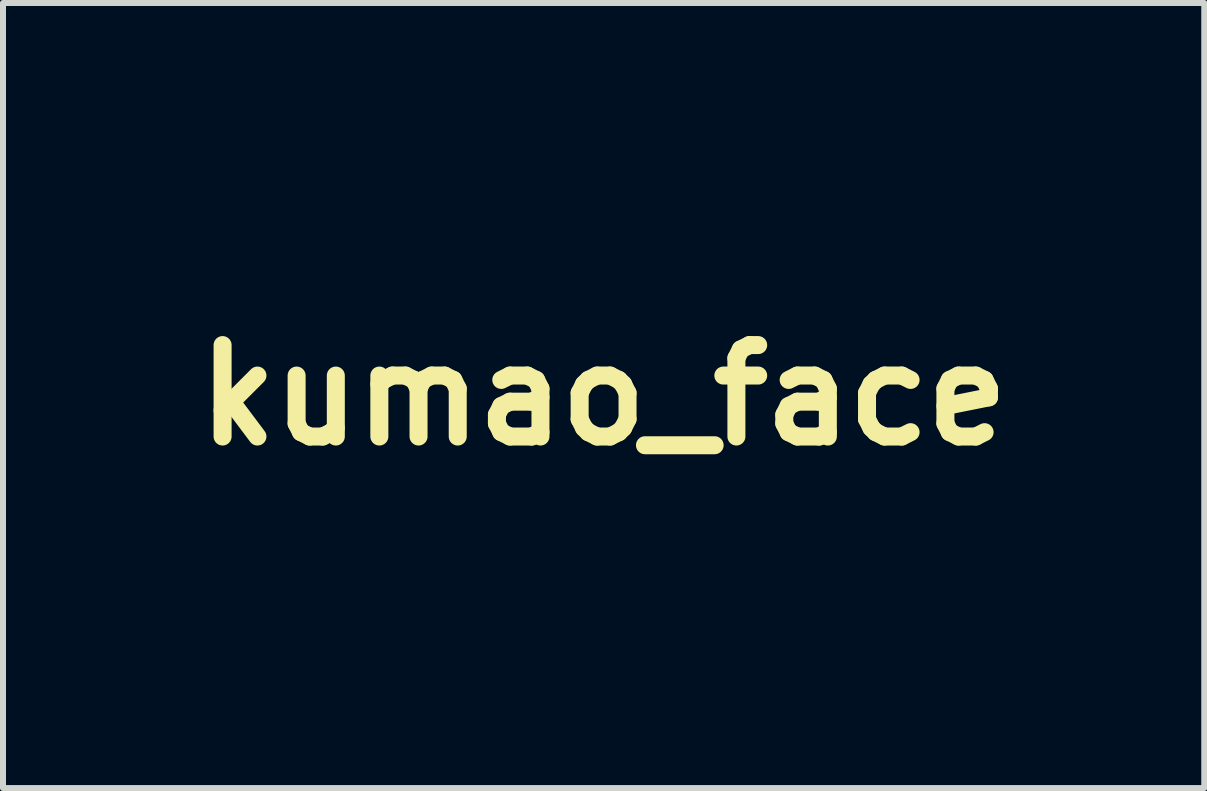
<source format=kicad_pcb>
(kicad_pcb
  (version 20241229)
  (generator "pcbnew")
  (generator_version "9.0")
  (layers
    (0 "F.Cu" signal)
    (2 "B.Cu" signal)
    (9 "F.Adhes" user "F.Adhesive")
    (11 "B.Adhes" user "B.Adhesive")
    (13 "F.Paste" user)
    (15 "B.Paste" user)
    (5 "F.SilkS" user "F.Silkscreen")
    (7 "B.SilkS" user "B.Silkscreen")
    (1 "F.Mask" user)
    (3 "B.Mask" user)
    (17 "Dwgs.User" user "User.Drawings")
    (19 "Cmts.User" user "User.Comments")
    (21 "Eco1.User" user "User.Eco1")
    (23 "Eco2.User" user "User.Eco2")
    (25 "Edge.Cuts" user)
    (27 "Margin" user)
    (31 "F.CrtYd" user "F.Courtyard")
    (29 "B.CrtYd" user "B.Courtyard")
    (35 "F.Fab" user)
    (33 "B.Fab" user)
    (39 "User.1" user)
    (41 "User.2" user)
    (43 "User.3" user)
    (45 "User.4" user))
  (footprint "kumao_face"
    (layer "F.Cu")
    (at 7.01 3.536)
    (property "Reference" "kumao_face" (at 0 0 0) (layer "F.SilkS") (effects (font (size 1.524 1.524) (thickness 0.3))))
    (attr through_hole)
    (fp_poly (pts (xy 0.035 0.041) (xy 0.077 0.043) (xy 0.109 0.047) (xy 0.137 0.056) (xy 0.168 0.069) (xy 0.186 0.078) (xy 0.272 0.133) (xy 0.345 0.204) (xy 0.402 0.291) (xy 0.44 0.388) (xy 0.453 0.444) (xy 0.465 0.519) (xy 0.41 0.615) (xy 0.336 0.732) (xy 0.262 0.828) (xy 0.188 0.902) (xy 0.116 0.955) (xy 0.096 0.966) (xy 0.035 0.996) (xy 0.035 1.337) (xy 0.134 1.373) (xy 0.207 1.396) (xy 0.287 1.416) (xy 0.366 1.432) (xy 0.438 1.441) (xy 0.479 1.443) (xy 0.593 1.432) (xy 0.706 1.4) (xy 0.81 1.35) (xy 0.863 1.314) (xy 0.939 1.257) (xy 0.986 1.304) (xy 1.033 1.352) (xy 0.981 1.397) (xy 0.924 1.44) (xy 0.853 1.482) (xy 0.775 1.52) (xy 0.716 1.543) (xy 0.686 1.551) (xy 0.654 1.557) (xy 0.613 1.561) (xy 0.561 1.563) (xy 0.491 1.564) (xy 0.468 1.564) (xy 0.395 1.563) (xy 0.34 1.561) (xy 0.297 1.558) (xy 0.259 1.552) (xy 0.223 1.544) (xy 0.181 1.532) (xy 0.179 1.531) (xy 0.126 1.514) (xy 0.076 1.497) (xy 0.037 1.482) (xy 0.027 1.478) (xy -0.022 1.457) (xy -0.148 1.501) (xy -0.271 1.539) (xy -0.397 1.566) (xy -0.52 1.584) (xy -0.635 1.589) (xy -0.736 1.583) (xy -0.739 1.583) (xy -0.813 1.569) (xy -0.889 1.548) (xy -0.957 1.523) (xy -0.987 1.51) (xy -1.024 1.489) (xy -1.06 1.466) (xy -1.089 1.444) (xy -1.106 1.427) (xy -1.108 1.422) (xy -1.101 1.41) (xy -1.083 1.386) (xy -1.07 1.37) (xy -1.032 1.326) (xy -0.944 1.374) (xy -0.834 1.42) (xy -0.713 1.447) (xy -0.582 1.453) (xy -0.441 1.439) (xy -0.293 1.406) (xy -0.19 1.373) (xy -0.092 1.337) (xy -0.092 0.995) (xy -0.145 0.97) (xy -0.215 0.925) (xy -0.286 0.859) (xy -0.359 0.773) (xy -0.431 0.667) (xy -0.473 0.596) (xy -0.494 0.557) (xy -0.504 0.527) (xy -0.507 0.495) (xy -0.505 0.456) (xy -0.486 0.363) (xy -0.447 0.275) (xy -0.39 0.196) (xy -0.318 0.128) (xy -0.234 0.077) (xy -0.198 0.061) (xy -0.169 0.051) (xy -0.139 0.044) (xy -0.102 0.041) (xy -0.051 0.04) (xy -0.023 0.04) (xy 0.035 0.041)) (stroke (width 0.01) (type solid)) (fill yes) (layer "F.Mask"))
    (fp_poly (pts (xy 3.606 -3.531) (xy 3.732 -3.521) (xy 3.844 -3.5) (xy 3.939 -3.47) (xy 4.017 -3.43) (xy 4.075 -3.382) (xy 4.107 -3.337) (xy 4.126 -3.282) (xy 4.134 -3.209) (xy 4.134 -3.121) (xy 4.124 -3.021) (xy 4.105 -2.912) (xy 4.077 -2.795) (xy 4.041 -2.676) (xy 3.993 -2.545) (xy 3.934 -2.413) (xy 3.869 -2.284) (xy 3.8 -2.164) (xy 3.729 -2.058) (xy 3.678 -1.992) (xy 3.652 -1.96) (xy 3.631 -1.934) (xy 3.622 -1.921) (xy 3.624 -1.906) (xy 3.638 -1.877) (xy 3.66 -1.836) (xy 3.688 -1.788) (xy 3.695 -1.776) (xy 3.82 -1.558) (xy 3.933 -1.322) (xy 4.033 -1.073) (xy 4.119 -0.812) (xy 4.191 -0.543) (xy 4.242 -0.291) (xy 4.26 -0.183) (xy 4.275 -0.087) (xy 4.287 0.003) (xy 4.296 0.09) (xy 4.303 0.178) (xy 4.307 0.274) (xy 4.31 0.379) (xy 4.311 0.5) (xy 4.312 0.623) (xy 4.311 0.761) (xy 4.309 0.878) (xy 4.306 0.981) (xy 4.3 1.072) (xy 4.292 1.156) (xy 4.282 1.236) (xy 4.268 1.316) (xy 4.251 1.4) (xy 4.23 1.492) (xy 4.229 1.495) (xy 4.163 1.73) (xy 4.079 1.95) (xy 3.978 2.156) (xy 3.858 2.347) (xy 3.721 2.524) (xy 3.565 2.687) (xy 3.391 2.836) (xy 3.199 2.97) (xy 2.988 3.091) (xy 2.759 3.198) (xy 2.702 3.221) (xy 2.479 3.301) (xy 2.238 3.369) (xy 1.979 3.425) (xy 1.701 3.471) (xy 1.403 3.505) (xy 1.086 3.528) (xy 0.981 3.533) (xy 0.915 3.535) (xy 0.828 3.537) (xy 0.724 3.538) (xy 0.605 3.54) (xy 0.474 3.541) (xy 0.334 3.541) (xy 0.187 3.542) (xy 0.037 3.542) (xy -0.115 3.542) (xy -0.265 3.542) (xy -0.41 3.541) (xy -0.548 3.54) (xy -0.676 3.539) (xy -0.79 3.538) (xy -0.89 3.536) (xy -0.971 3.534) (xy -1.01 3.532) (xy -1.346 3.512) (xy -1.665 3.477) (xy -1.965 3.428) (xy -2.248 3.365) (xy -2.512 3.288) (xy -2.758 3.197) (xy -2.986 3.093) (xy -3.195 2.974) (xy -3.366 2.858) (xy -3.432 2.804) (xy -3.508 2.738) (xy -3.586 2.664) (xy -3.661 2.589) (xy -3.727 2.517) (xy -3.767 2.471) (xy -3.89 2.302) (xy -3.998 2.12) (xy -4.09 1.925) (xy -4.167 1.714) (xy -4.23 1.486) (xy -4.279 1.242) (xy -4.285 1.201) (xy -4.292 1.153) (xy -4.298 1.109) (xy -4.303 1.065) (xy -4.306 1.017) (xy -4.308 0.963) (xy -4.31 0.899) (xy -4.311 0.822) (xy -4.311 0.728) (xy -4.312 0.623) (xy -4.311 0.499) (xy -4.311 0.395) (xy -4.309 0.307) (xy -4.306 0.232) (xy -4.303 0.167) (xy -4.298 0.108) (xy -4.292 0.052) (xy -4.291 0.044) (xy -4.273 -0.08) (xy -2.269 -0.08) (xy -2.264 -0.049) (xy -2.233 0.051) (xy -2.184 0.139) (xy -2.117 0.213) (xy -2.036 0.271) (xy -1.941 0.31) (xy -1.871 0.326) (xy -1.828 0.334) (xy -1.804 0.341) (xy -1.795 0.349) (xy -1.796 0.357) (xy -1.871 0.574) (xy -1.927 0.789) (xy -1.965 1.008) (xy -1.986 1.236) (xy -1.99 1.414) (xy -1.99 1.497) (xy -1.989 1.561) (xy -1.987 1.612) (xy -1.984 1.652) (xy -1.979 1.688) (xy -1.972 1.722) (xy -1.962 1.761) (xy -1.959 1.771) (xy -1.913 1.908) (xy -1.853 2.03) (xy -1.777 2.137) (xy -1.684 2.231) (xy -1.572 2.314) (xy -1.44 2.389) (xy -1.438 2.39) (xy -1.307 2.447) (xy -1.163 2.497) (xy -1.006 2.537) (xy -0.833 2.57) (xy -0.643 2.595) (xy -0.434 2.613) (xy -0.312 2.62) (xy -0.193 2.625) (xy -0.091 2.629) (xy 0.003 2.63) (xy 0.095 2.629) (xy 0.192 2.627) (xy 0.303 2.622) (xy 0.335 2.621) (xy 0.567 2.605) (xy 0.778 2.583) (xy 0.968 2.553) (xy 1.139 2.515) (xy 1.291 2.469) (xy 1.425 2.415) (xy 1.542 2.352) (xy 1.642 2.28) (xy 1.726 2.199) (xy 1.795 2.107) (xy 1.842 2.025) (xy 1.867 1.972) (xy 1.887 1.923) (xy 1.903 1.877) (xy 1.914 1.828) (xy 1.923 1.774) (xy 1.928 1.71) (xy 1.931 1.634) (xy 1.933 1.541) (xy 1.933 1.437) (xy 1.933 1.335) (xy 1.932 1.251) (xy 1.93 1.182) (xy 1.927 1.123) (xy 1.923 1.071) (xy 1.917 1.02) (xy 1.91 0.967) (xy 1.907 0.948) (xy 1.89 0.849) (xy 1.868 0.745) (xy 1.844 0.641) (xy 1.819 0.544) (xy 1.794 0.458) (xy 1.775 0.404) (xy 1.747 0.329) (xy 1.834 0.328) (xy 1.933 0.316) (xy 2.023 0.285) (xy 2.103 0.237) (xy 2.17 0.175) (xy 2.223 0.102) (xy 2.261 0.02) (xy 2.282 -0.069) (xy 2.284 -0.162) (xy 2.265 -0.256) (xy 2.242 -0.316) (xy 2.191 -0.4) (xy 2.123 -0.472) (xy 2.042 -0.529) (xy 2.024 -0.539) (xy 1.992 -0.553) (xy 1.963 -0.563) (xy 1.932 -0.568) (xy 1.892 -0.571) (xy 1.835 -0.571) (xy 1.83 -0.572) (xy 1.772 -0.571) (xy 1.73 -0.569) (xy 1.699 -0.564) (xy 1.671 -0.554) (xy 1.639 -0.54) (xy 1.636 -0.539) (xy 1.56 -0.491) (xy 1.492 -0.427) (xy 1.438 -0.355) (xy 1.421 -0.324) (xy 1.403 -0.288) (xy 1.389 -0.27) (xy 1.382 -0.27) (xy 1.369 -0.287) (xy 1.342 -0.314) (xy 1.303 -0.349) (xy 1.258 -0.389) (xy 1.208 -0.429) (xy 1.159 -0.469) (xy 1.113 -0.503) (xy 1.086 -0.521) (xy 0.924 -0.615) (xy 0.748 -0.691) (xy 0.558 -0.75) (xy 0.357 -0.791) (xy 0.144 -0.814) (xy -0.025 -0.82) (xy -0.24 -0.81) (xy -0.447 -0.781) (xy -0.644 -0.733) (xy -0.829 -0.666) (xy -1.002 -0.581) (xy -1.162 -0.479) (xy -1.303 -0.363) (xy -1.383 -0.289) (xy -1.425 -0.358) (xy -1.489 -0.441) (xy -1.568 -0.507) (xy -1.628 -0.541) (xy -1.66 -0.555) (xy -1.69 -0.564) (xy -1.724 -0.569) (xy -1.77 -0.571) (xy -1.813 -0.572) (xy -1.87 -0.571) (xy -1.912 -0.568) (xy -1.945 -0.562) (xy -1.975 -0.552) (xy -2 -0.54) (xy -2.083 -0.49) (xy -2.153 -0.425) (xy -2.209 -0.347) (xy -2.248 -0.262) (xy -2.269 -0.172) (xy -2.269 -0.08) (xy -4.273 -0.08) (xy -4.245 -0.272) (xy -4.184 -0.572) (xy -4.107 -0.856) (xy -4.014 -1.127) (xy -3.905 -1.385) (xy -3.779 -1.632) (xy -3.636 -1.869) (xy -3.629 -1.879) (xy -3.543 -2.009) (xy -3.623 -2.128) (xy -3.703 -2.261) (xy -3.779 -2.408) (xy -3.846 -2.564) (xy -3.902 -2.721) (xy -3.945 -2.871) (xy -3.955 -2.915) (xy -3.967 -2.986) (xy -3.975 -3.061) (xy -3.98 -3.136) (xy -3.981 -3.204) (xy -3.978 -3.26) (xy -3.972 -3.288) (xy -3.944 -3.349) (xy -3.896 -3.403) (xy -3.829 -3.449) (xy -3.745 -3.485) (xy -3.673 -3.505) (xy -3.594 -3.518) (xy -3.497 -3.527) (xy -3.391 -3.53) (xy -3.281 -3.529) (xy -3.173 -3.522) (xy -3.124 -3.517) (xy -2.969 -3.495) (xy -2.816 -3.467) (xy -2.666 -3.433) (xy -2.524 -3.394) (xy -2.392 -3.351) (xy -2.274 -3.305) (xy -2.172 -3.257) (xy -2.09 -3.208) (xy -2.083 -3.203) (xy -1.995 -3.14) (xy -1.918 -3.163) (xy -1.794 -3.197) (xy -1.654 -3.229) (xy -1.506 -3.257) (xy -1.432 -3.27) (xy -1.264 -3.296) (xy 0 -3.296) (xy 0.198 -3.296) (xy 0.374 -3.296) (xy 0.53 -3.296) (xy 0.668 -3.296) (xy 0.788 -3.296) (xy 0.892 -3.295) (xy 0.982 -3.295) (xy 1.059 -3.294) (xy 1.124 -3.293) (xy 1.179 -3.292) (xy 1.225 -3.29) (xy 1.265 -3.288) (xy 1.298 -3.286) (xy 1.327 -3.284) (xy 1.354 -3.281) (xy 1.379 -3.278) (xy 1.403 -3.274) (xy 1.43 -3.27) (xy 1.432 -3.27) (xy 1.547 -3.25) (xy 1.668 -3.225) (xy 1.789 -3.196) (xy 1.903 -3.167) (xy 2.002 -3.137) (xy 2.023 -3.13) (xy 2.073 -3.114) (xy 2.105 -3.106) (xy 2.124 -3.105) (xy 2.133 -3.111) (xy 2.133 -3.111) (xy 2.152 -3.133) (xy 2.186 -3.163) (xy 2.23 -3.196) (xy 2.278 -3.229) (xy 2.325 -3.257) (xy 2.334 -3.262) (xy 2.428 -3.305) (xy 2.54 -3.348) (xy 2.666 -3.389) (xy 2.803 -3.427) (xy 2.944 -3.461) (xy 3.086 -3.489) (xy 3.225 -3.511) (xy 3.312 -3.521) (xy 3.465 -3.531) (xy 3.606 -3.531)) (stroke (width 0.01) (type solid)) (fill yes) (layer "F.Mask")))
  (gr_rect
    (start -3 -3)
    (end 17.021 10.084)
    (stroke (width 0.1) (type default))
    (fill no)
    (layer "Edge.Cuts")))
</source>
